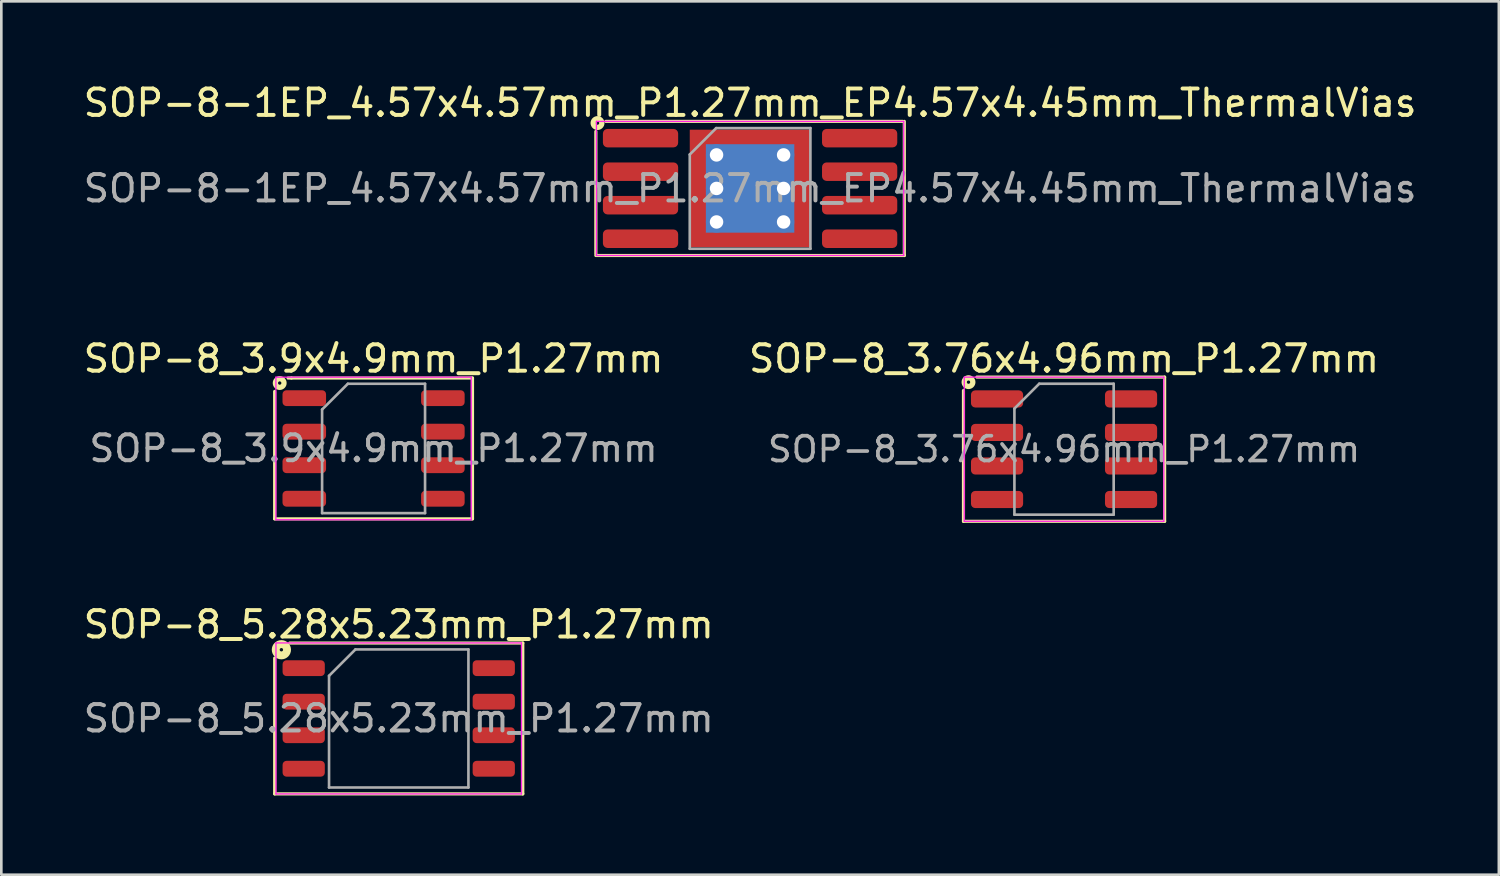
<source format=kicad_pcb>
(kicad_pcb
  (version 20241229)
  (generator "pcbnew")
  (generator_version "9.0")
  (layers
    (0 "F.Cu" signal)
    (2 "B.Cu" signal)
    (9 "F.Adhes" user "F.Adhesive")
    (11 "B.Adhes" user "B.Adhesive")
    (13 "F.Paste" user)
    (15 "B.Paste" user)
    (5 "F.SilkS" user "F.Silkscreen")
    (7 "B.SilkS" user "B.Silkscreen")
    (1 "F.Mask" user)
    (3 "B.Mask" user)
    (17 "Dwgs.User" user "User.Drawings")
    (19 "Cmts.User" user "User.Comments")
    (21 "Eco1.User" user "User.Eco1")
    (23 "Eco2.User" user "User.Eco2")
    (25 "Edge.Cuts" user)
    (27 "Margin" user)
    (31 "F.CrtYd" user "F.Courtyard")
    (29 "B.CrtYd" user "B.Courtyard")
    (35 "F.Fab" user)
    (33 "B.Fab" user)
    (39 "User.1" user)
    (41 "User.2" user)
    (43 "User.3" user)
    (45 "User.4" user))
  (footprint "SOP-8_3.76x4.96mm_P1.27mm"
    (layer "F.Cu")
    (at 37.256 13.966)
    (property "Reference" "SOP-8_3.76x4.96mm_P1.27mm" (at 0 -3.43 0) (layer "F.SilkS") (effects (font (size 1 1) (thickness 0.15))))
    (attr smd)
    (fp_line (start -3.81 -2.223) (end -3.81 2.731) (stroke (width 0.12) (type solid)) (layer "F.SilkS"))
    (fp_line (start -3.81 2.731) (end 3.81 2.731) (stroke (width 0.12) (type solid)) (layer "F.SilkS"))
    (fp_line (start 3.81 -2.731) (end -3.302 -2.731) (stroke (width 0.12) (type solid)) (layer "F.SilkS"))
    (fp_line (start 3.81 2.731) (end 3.81 -2.731) (stroke (width 0.12) (type solid)) (layer "F.SilkS"))
    (fp_circle (center -3.619 -2.54) (end -3.556 -2.54) (stroke (width 0.2) (type solid)) (fill no) (layer "F.SilkS"))
    (fp_line (start -3.78 -2.73) (end -3.78 2.73) (stroke (width 0.05) (type solid)) (layer "F.CrtYd"))
    (fp_line (start -3.78 2.73) (end 3.78 2.73) (stroke (width 0.05) (type solid)) (layer "F.CrtYd"))
    (fp_line (start 3.78 -2.73) (end -3.78 -2.73) (stroke (width 0.05) (type solid)) (layer "F.CrtYd"))
    (fp_line (start 3.78 2.73) (end 3.78 -2.73) (stroke (width 0.05) (type solid)) (layer "F.CrtYd"))
    (fp_line (start -1.88 -1.54) (end -0.94 -2.48) (stroke (width 0.1) (type solid)) (layer "F.Fab"))
    (fp_line (start -1.88 2.48) (end -1.88 -1.54) (stroke (width 0.1) (type solid)) (layer "F.Fab"))
    (fp_line (start -0.94 -2.48) (end 1.88 -2.48) (stroke (width 0.1) (type solid)) (layer "F.Fab"))
    (fp_line (start 1.88 -2.48) (end 1.88 2.48) (stroke (width 0.1) (type solid)) (layer "F.Fab"))
    (fp_line (start 1.88 2.48) (end -1.88 2.48) (stroke (width 0.1) (type solid)) (layer "F.Fab"))
    (fp_text user "${REFERENCE}" (at 0 0 0) (layer "F.Fab") (effects (font (size 0.94 0.94) (thickness 0.14))))
    (pad "1" smd roundrect (at -2.538 -1.905) (size 1.975 0.65) (layers "F.Cu" "F.Mask" "F.Paste") (roundrect_rratio 0.25))
    (pad "2" smd roundrect (at -2.538 -0.635) (size 1.975 0.65) (layers "F.Cu" "F.Mask" "F.Paste") (roundrect_rratio 0.25))
    (pad "3" smd roundrect (at -2.538 0.635) (size 1.975 0.65) (layers "F.Cu" "F.Mask" "F.Paste") (roundrect_rratio 0.25))
    (pad "4" smd roundrect (at -2.538 1.905) (size 1.975 0.65) (layers "F.Cu" "F.Mask" "F.Paste") (roundrect_rratio 0.25))
    (pad "5" smd roundrect (at 2.538 1.905) (size 1.975 0.65) (layers "F.Cu" "F.Mask" "F.Paste") (roundrect_rratio 0.25))
    (pad "6" smd roundrect (at 2.538 0.635) (size 1.975 0.65) (layers "F.Cu" "F.Mask" "F.Paste") (roundrect_rratio 0.25))
    (pad "7" smd roundrect (at 2.538 -0.635) (size 1.975 0.65) (layers "F.Cu" "F.Mask" "F.Paste") (roundrect_rratio 0.25))
    (pad "8" smd roundrect (at 2.538 -1.905) (size 1.975 0.65) (layers "F.Cu" "F.Mask" "F.Paste") (roundrect_rratio 0.25)))
  (footprint "SOP-8_5.28x5.23mm_P1.27mm"
    (layer "F.Cu")
    (at 12.054 24.165)
    (property "Reference" "SOP-8_5.28x5.23mm_P1.27mm" (at 0 -3.56 0) (layer "F.SilkS") (effects (font (size 1 1) (thickness 0.15))))
    (attr smd)
    (fp_line (start -4.699 -2.286) (end -4.699 2.857) (stroke (width 0.12) (type solid)) (layer "F.SilkS"))
    (fp_line (start -4.699 2.857) (end 4.699 2.857) (stroke (width 0.12) (type solid)) (layer "F.SilkS"))
    (fp_line (start 4.699 -2.857) (end -4.128 -2.857) (stroke (width 0.12) (type solid)) (layer "F.SilkS"))
    (fp_line (start 4.699 2.857) (end 4.699 -2.857) (stroke (width 0.12) (type solid)) (layer "F.SilkS"))
    (fp_circle (center -4.445 -2.603) (end -4.381 -2.603) (stroke (width 0.3) (type solid)) (fill no) (layer "F.SilkS"))
    (fp_line (start -4.65 -2.86) (end -4.65 2.86) (stroke (width 0.05) (type solid)) (layer "F.CrtYd"))
    (fp_line (start -4.65 2.86) (end 4.65 2.86) (stroke (width 0.05) (type solid)) (layer "F.CrtYd"))
    (fp_line (start 4.65 -2.86) (end -4.65 -2.86) (stroke (width 0.05) (type solid)) (layer "F.CrtYd"))
    (fp_line (start 4.65 2.86) (end 4.65 -2.86) (stroke (width 0.05) (type solid)) (layer "F.CrtYd"))
    (fp_line (start -2.64 -1.615) (end -1.64 -2.615) (stroke (width 0.1) (type solid)) (layer "F.Fab"))
    (fp_line (start -2.64 2.615) (end -2.64 -1.615) (stroke (width 0.1) (type solid)) (layer "F.Fab"))
    (fp_line (start -1.64 -2.615) (end 2.64 -2.615) (stroke (width 0.1) (type solid)) (layer "F.Fab"))
    (fp_line (start 2.64 -2.615) (end 2.64 2.615) (stroke (width 0.1) (type solid)) (layer "F.Fab"))
    (fp_line (start 2.64 2.615) (end -2.64 2.615) (stroke (width 0.1) (type solid)) (layer "F.Fab"))
    (fp_text user "${REFERENCE}" (at 0 0 0) (layer "F.Fab") (effects (font (size 1 1) (thickness 0.15))))
    (pad "1" smd roundrect (at -3.6 -1.905) (size 1.6 0.6) (layers "F.Cu" "F.Mask" "F.Paste") (roundrect_rratio 0.25))
    (pad "2" smd roundrect (at -3.6 -0.635) (size 1.6 0.6) (layers "F.Cu" "F.Mask" "F.Paste") (roundrect_rratio 0.25))
    (pad "3" smd roundrect (at -3.6 0.635) (size 1.6 0.6) (layers "F.Cu" "F.Mask" "F.Paste") (roundrect_rratio 0.25))
    (pad "4" smd roundrect (at -3.6 1.905) (size 1.6 0.6) (layers "F.Cu" "F.Mask" "F.Paste") (roundrect_rratio 0.25))
    (pad "5" smd roundrect (at 3.6 1.905) (size 1.6 0.6) (layers "F.Cu" "F.Mask" "F.Paste") (roundrect_rratio 0.25))
    (pad "6" smd roundrect (at 3.6 0.635) (size 1.6 0.6) (layers "F.Cu" "F.Mask" "F.Paste") (roundrect_rratio 0.25))
    (pad "7" smd roundrect (at 3.6 -0.635) (size 1.6 0.6) (layers "F.Cu" "F.Mask" "F.Paste") (roundrect_rratio 0.25))
    (pad "8" smd roundrect (at 3.6 -1.905) (size 1.6 0.6) (layers "F.Cu" "F.Mask" "F.Paste") (roundrect_rratio 0.25)))
  (footprint "SOP-8-1EP_4.57x4.57mm_P1.27mm_EP4.57x4.45mm_ThermalVias"
    (layer "F.Cu")
    (at 25.363 4.088)
    (property "Reference" "SOP-8-1EP_4.57x4.57mm_P1.27mm_EP4.57x4.45mm_ThermalVias" (at 0 -3.24 0) (layer "F.SilkS") (effects (font (size 1 1) (thickness 0.15))))
    (attr smd)
    (fp_line (start -5.842 -2.159) (end -5.842 2.477) (stroke (width 0.12) (type solid)) (layer "F.SilkS"))
    (fp_line (start -5.842 2.54) (end 5.842 2.54) (stroke (width 0.12) (type solid)) (layer "F.SilkS"))
    (fp_line (start 5.779 -2.54) (end -5.461 -2.54) (stroke (width 0.12) (type solid)) (layer "F.SilkS"))
    (fp_line (start 5.842 2.54) (end 5.842 -2.54) (stroke (width 0.12) (type solid)) (layer "F.SilkS"))
    (fp_circle (center -5.779 -2.477) (end -5.715 -2.477) (stroke (width 0.2) (type solid)) (fill no) (layer "F.SilkS"))
    (fp_line (start -5.82 -2.54) (end -5.82 2.54) (stroke (width 0.05) (type solid)) (layer "F.CrtYd"))
    (fp_line (start -5.82 2.54) (end 5.82 2.54) (stroke (width 0.05) (type solid)) (layer "F.CrtYd"))
    (fp_line (start 5.82 -2.54) (end -5.82 -2.54) (stroke (width 0.05) (type solid)) (layer "F.CrtYd"))
    (fp_line (start 5.82 2.54) (end 5.82 -2.54) (stroke (width 0.05) (type solid)) (layer "F.CrtYd"))
    (fp_line (start -2.285 -1.285) (end -1.285 -2.285) (stroke (width 0.1) (type solid)) (layer "F.Fab"))
    (fp_line (start -2.285 2.285) (end -2.285 -1.285) (stroke (width 0.1) (type solid)) (layer "F.Fab"))
    (fp_line (start -1.285 -2.285) (end 2.285 -2.285) (stroke (width 0.1) (type solid)) (layer "F.Fab"))
    (fp_line (start 2.285 -2.285) (end 2.285 2.285) (stroke (width 0.1) (type solid)) (layer "F.Fab"))
    (fp_line (start 2.285 2.285) (end -2.285 2.285) (stroke (width 0.1) (type solid)) (layer "F.Fab"))
    (fp_text user "${REFERENCE}" (at 0 0 0) (layer "F.Fab") (effects (font (size 1 1) (thickness 0.15))))
    (pad "" smd roundrect (at -1.14 -1.11) (size 1.91 1.86) (layers "F.Paste") (roundrect_rratio 0.134))
    (pad "" smd roundrect (at -1.14 1.11) (size 1.91 1.86) (layers "F.Paste") (roundrect_rratio 0.134))
    (pad "" smd roundrect (at 1.14 -1.11) (size 1.91 1.86) (layers "F.Paste") (roundrect_rratio 0.134))
    (pad "" smd roundrect (at 1.14 1.11) (size 1.91 1.86) (layers "F.Paste") (roundrect_rratio 0.134))
    (pad "1" smd roundrect (at -4.15 -1.905) (size 2.85 0.7) (layers "F.Cu" "F.Mask" "F.Paste") (roundrect_rratio 0.25))
    (pad "2" smd roundrect (at -4.15 -0.635) (size 2.85 0.7) (layers "F.Cu" "F.Mask" "F.Paste") (roundrect_rratio 0.25))
    (pad "3" smd roundrect (at -4.15 0.635) (size 2.85 0.7) (layers "F.Cu" "F.Mask" "F.Paste") (roundrect_rratio 0.25))
    (pad "4" smd roundrect (at -4.15 1.905) (size 2.85 0.7) (layers "F.Cu" "F.Mask" "F.Paste") (roundrect_rratio 0.25))
    (pad "5" smd roundrect (at 4.15 1.905) (size 2.85 0.7) (layers "F.Cu" "F.Mask" "F.Paste") (roundrect_rratio 0.25))
    (pad "6" smd roundrect (at 4.15 0.635) (size 2.85 0.7) (layers "F.Cu" "F.Mask" "F.Paste") (roundrect_rratio 0.25))
    (pad "7" smd roundrect (at 4.15 -0.635) (size 2.85 0.7) (layers "F.Cu" "F.Mask" "F.Paste") (roundrect_rratio 0.25))
    (pad "8" smd roundrect (at 4.15 -1.905) (size 2.85 0.7) (layers "F.Cu" "F.Mask" "F.Paste") (roundrect_rratio 0.25))
    (pad "9" thru_hole circle (at -1.27 -1.27) (size 0.81 0.81) (drill 0.51) (layers "*.Cu"))
    (pad "9" thru_hole circle (at -1.27 0) (size 0.81 0.81) (drill 0.51) (layers "*.Cu"))
    (pad "9" thru_hole circle (at -1.27 1.27) (size 0.81 0.81) (drill 0.51) (layers "*.Cu"))
    (pad "9" smd rect (at 0 0) (size 3.35 3.35) (layers "B.Cu" "B.Mask"))
    (pad "9" smd rect (at 0 0) (size 4.57 4.45) (layers "F.Cu" "F.Mask"))
    (pad "9" thru_hole circle (at 1.27 -1.27) (size 0.81 0.81) (drill 0.51) (layers "*.Cu"))
    (pad "9" thru_hole circle (at 1.27 0) (size 0.81 0.81) (drill 0.51) (layers "*.Cu"))
    (pad "9" thru_hole circle (at 1.27 1.27) (size 0.81 0.81) (drill 0.51) (layers "*.Cu")))
  (footprint "SOP-8_3.9x4.9mm_P1.27mm"
    (layer "F.Cu")
    (at 11.101 13.937)
    (property "Reference" "SOP-8_3.9x4.9mm_P1.27mm" (at 0 -3.4 0) (layer "F.SilkS") (effects (font (size 1 1) (thickness 0.15))))
    (attr smd)
    (fp_line (start -3.747 -2.159) (end -3.747 2.667) (stroke (width 0.12) (type solid)) (layer "F.SilkS"))
    (fp_line (start -3.747 2.667) (end 3.747 2.667) (stroke (width 0.12) (type solid)) (layer "F.SilkS"))
    (fp_line (start -3.111 -2.667) (end -3.239 -2.667) (stroke (width 0.12) (type solid)) (layer "F.SilkS"))
    (fp_line (start 3.747 -2.667) (end -3.111 -2.667) (stroke (width 0.12) (type solid)) (layer "F.SilkS"))
    (fp_line (start 3.747 2.667) (end 3.747 -2.667) (stroke (width 0.12) (type solid)) (layer "F.SilkS"))
    (fp_circle (center -3.556 -2.477) (end -3.493 -2.477) (stroke (width 0.2) (type solid)) (fill no) (layer "F.SilkS"))
    (fp_line (start -3.7 -2.7) (end -3.7 2.7) (stroke (width 0.05) (type solid)) (layer "F.CrtYd"))
    (fp_line (start -3.7 2.7) (end 3.7 2.7) (stroke (width 0.05) (type solid)) (layer "F.CrtYd"))
    (fp_line (start 3.7 -2.7) (end -3.7 -2.7) (stroke (width 0.05) (type solid)) (layer "F.CrtYd"))
    (fp_line (start 3.7 2.7) (end 3.7 -2.7) (stroke (width 0.05) (type solid)) (layer "F.CrtYd"))
    (fp_line (start -1.95 -1.475) (end -0.975 -2.45) (stroke (width 0.1) (type solid)) (layer "F.Fab"))
    (fp_line (start -1.95 2.45) (end -1.95 -1.475) (stroke (width 0.1) (type solid)) (layer "F.Fab"))
    (fp_line (start -0.975 -2.45) (end 1.95 -2.45) (stroke (width 0.1) (type solid)) (layer "F.Fab"))
    (fp_line (start 1.95 -2.45) (end 1.95 2.45) (stroke (width 0.1) (type solid)) (layer "F.Fab"))
    (fp_line (start 1.95 2.45) (end -1.95 2.45) (stroke (width 0.1) (type solid)) (layer "F.Fab"))
    (fp_text user "${REFERENCE}" (at 0 0 0) (layer "F.Fab") (effects (font (size 0.98 0.98) (thickness 0.15))))
    (pad "1" smd roundrect (at -2.625 -1.905) (size 1.65 0.6) (layers "F.Cu" "F.Mask" "F.Paste") (roundrect_rratio 0.25))
    (pad "2" smd roundrect (at -2.625 -0.635) (size 1.65 0.6) (layers "F.Cu" "F.Mask" "F.Paste") (roundrect_rratio 0.25))
    (pad "3" smd roundrect (at -2.625 0.635) (size 1.65 0.6) (layers "F.Cu" "F.Mask" "F.Paste") (roundrect_rratio 0.25))
    (pad "4" smd roundrect (at -2.625 1.905) (size 1.65 0.6) (layers "F.Cu" "F.Mask" "F.Paste") (roundrect_rratio 0.25))
    (pad "5" smd roundrect (at 2.625 1.905) (size 1.65 0.6) (layers "F.Cu" "F.Mask" "F.Paste") (roundrect_rratio 0.25))
    (pad "6" smd roundrect (at 2.625 0.635) (size 1.65 0.6) (layers "F.Cu" "F.Mask" "F.Paste") (roundrect_rratio 0.25))
    (pad "7" smd roundrect (at 2.625 -0.635) (size 1.65 0.6) (layers "F.Cu" "F.Mask" "F.Paste") (roundrect_rratio 0.25))
    (pad "8" smd roundrect (at 2.625 -1.905) (size 1.65 0.6) (layers "F.Cu" "F.Mask" "F.Paste") (roundrect_rratio 0.25)))
  (gr_rect
    (start -3 -3)
    (end 53.726 30.083)
    (stroke (width 0.1) (type default))
    (fill no)
    (layer "Edge.Cuts")))
</source>
